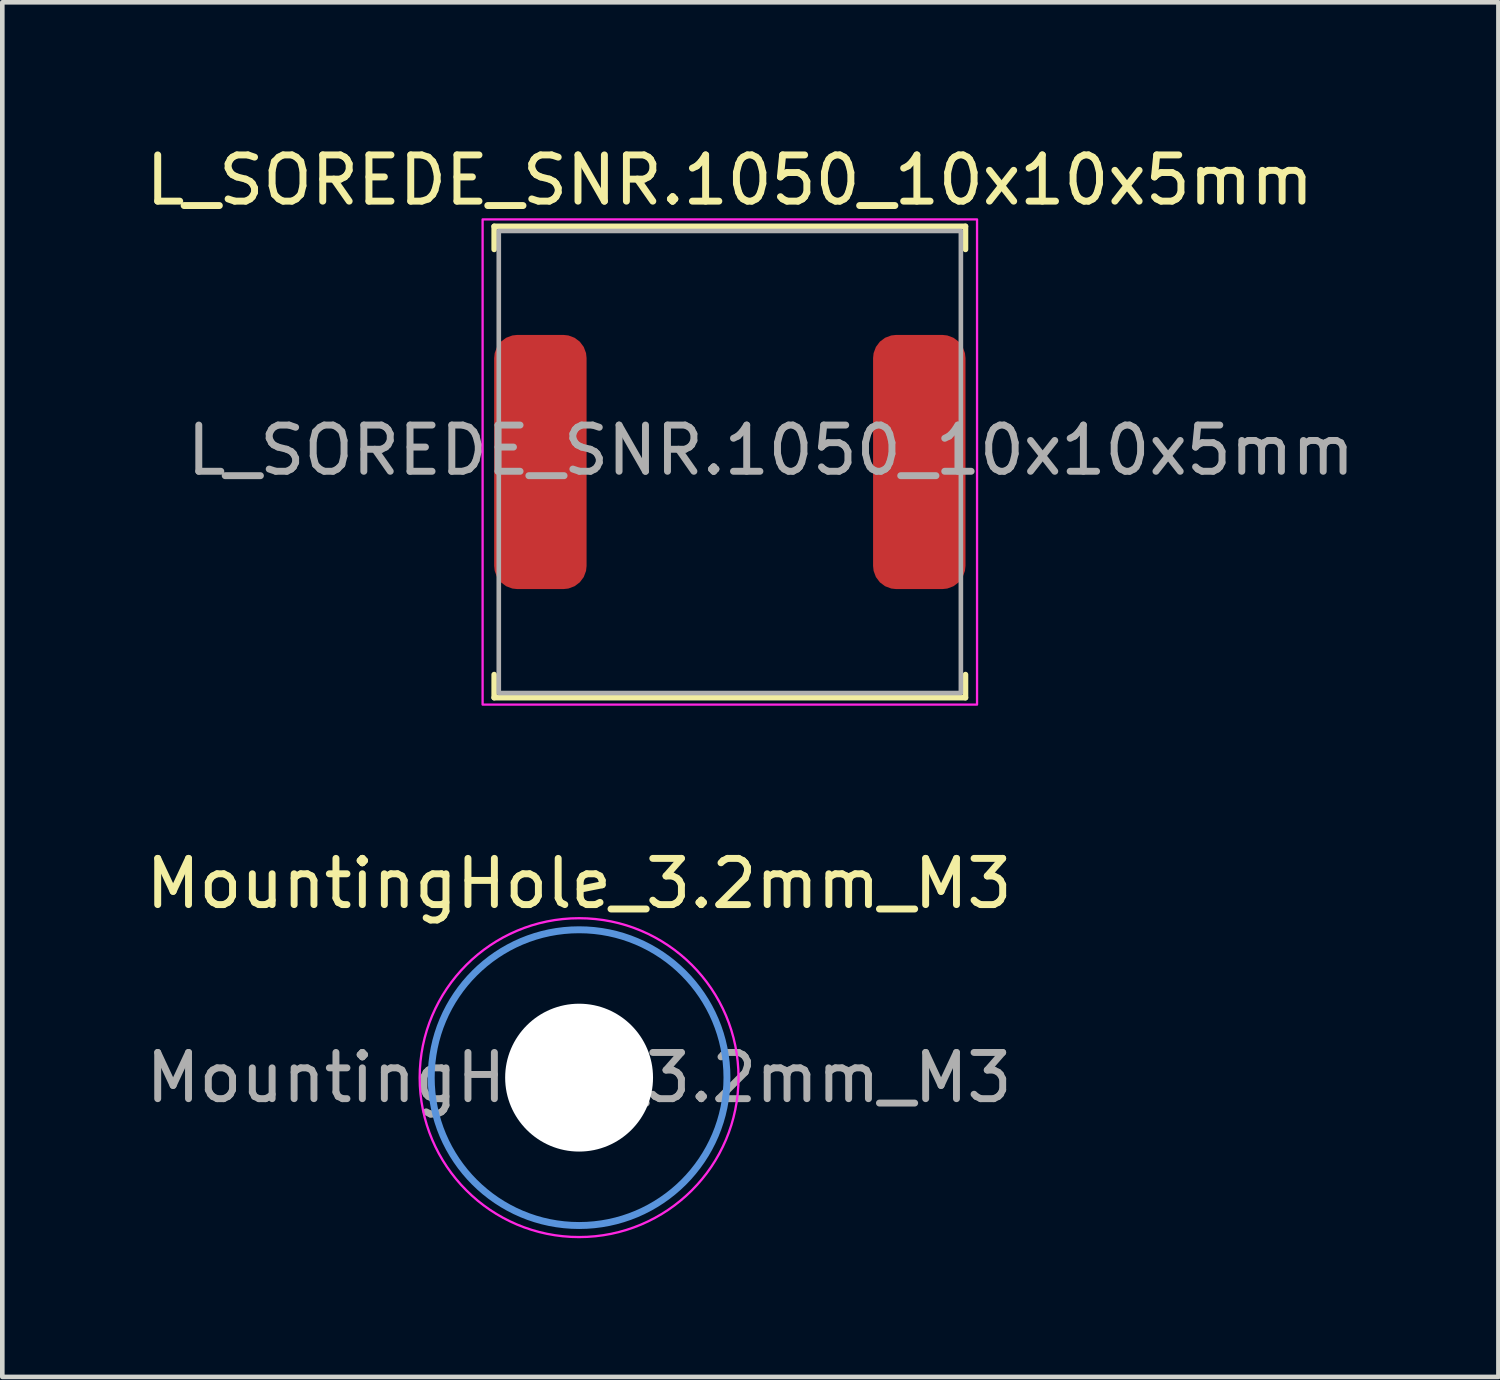
<source format=kicad_pcb>
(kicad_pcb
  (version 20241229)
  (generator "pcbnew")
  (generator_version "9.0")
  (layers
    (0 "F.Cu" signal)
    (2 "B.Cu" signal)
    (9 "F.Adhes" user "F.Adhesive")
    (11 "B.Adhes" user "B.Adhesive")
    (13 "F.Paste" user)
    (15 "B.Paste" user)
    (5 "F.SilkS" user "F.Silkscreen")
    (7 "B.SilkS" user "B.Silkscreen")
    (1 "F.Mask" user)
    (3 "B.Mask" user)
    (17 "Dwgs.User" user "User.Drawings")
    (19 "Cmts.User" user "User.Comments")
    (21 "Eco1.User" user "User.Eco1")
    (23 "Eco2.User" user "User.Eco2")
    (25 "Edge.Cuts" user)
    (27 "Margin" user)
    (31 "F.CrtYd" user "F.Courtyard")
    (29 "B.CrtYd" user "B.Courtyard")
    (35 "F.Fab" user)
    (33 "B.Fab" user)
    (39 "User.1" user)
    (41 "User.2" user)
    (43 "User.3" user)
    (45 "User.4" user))
  (footprint "L_SOREDE_SNR.1050_10x10x5mm"
    (layer "F.Cu")
    (at 12.744 6.948)
    (property "Reference" "L_SOREDE_SNR.1050_10x10x5mm" (at 0 -6.1 0) (layer "F.SilkS") (effects (font (size 1 1) (thickness 0.15))))
    (attr smd)
    (fp_line (start -5.1 -5.1) (end 5.1 -5.1) (stroke (width 0.12) (type default)) (layer "F.SilkS"))
    (fp_line (start -5.1 -4.6) (end -5.1 -5.1) (stroke (width 0.12) (type default)) (layer "F.SilkS"))
    (fp_line (start -5.1 5.1) (end -5.1 4.6) (stroke (width 0.12) (type default)) (layer "F.SilkS"))
    (fp_line (start 5.1 -5.1) (end 5.1 -4.6) (stroke (width 0.12) (type default)) (layer "F.SilkS"))
    (fp_line (start 5.1 4.6) (end 5.1 5.1) (stroke (width 0.12) (type default)) (layer "F.SilkS"))
    (fp_line (start 5.1 5.1) (end -5.1 5.1) (stroke (width 0.12) (type default)) (layer "F.SilkS"))
    (fp_rect (start -5.35 -5.25) (end 5.35 5.25) (stroke (width 0.05) (type default)) (fill no) (layer "F.CrtYd"))
    (fp_rect (start -5 -5) (end 5 5) (stroke (width 0.1) (type default)) (fill no) (layer "F.Fab"))
    (fp_text user "${REFERENCE}" (at 0.889 -0.254 0) (layer "F.Fab") (effects (font (size 1 1) (thickness 0.15))))
    (pad "1" smd roundrect (at -4.1 0) (size 2 5.5) (layers "F.Cu" "F.Mask" "F.Paste") (roundrect_rratio 0.25))
    (pad "2" smd roundrect (at 4.1 0) (size 2 5.5) (layers "F.Cu" "F.Mask" "F.Paste") (roundrect_rratio 0.25)))
  (footprint "MountingHole_3.2mm_M3"
    (layer "F.Cu")
    (at 9.482 20.271)
    (property "Reference" "MountingHole_3.2mm_M3" (at 0 -4.2 0) (layer "F.SilkS") (effects (font (size 1 1) (thickness 0.15))))
    (attr exclude_from_pos_files exclude_from_bom)
    (fp_circle (center 0 0) (end 3.2 0) (stroke (width 0.15) (type solid)) (fill no) (layer "Cmts.User"))
    (fp_circle (center 0 0) (end 3.45 0) (stroke (width 0.05) (type solid)) (fill no) (layer "F.CrtYd"))
    (fp_text user "${REFERENCE}" (at 0 0 0) (layer "F.Fab") (effects (font (size 1 1) (thickness 0.15))))
    (pad "" np_thru_hole circle (at 0 0) (size 3.2 3.2) (drill 3.2) (layers "*.Cu" "*.Mask")))
  (gr_rect
    (start -3 -3)
    (end 29.377 26.747)
    (stroke (width 0.1) (type default))
    (fill no)
    (layer "Edge.Cuts")))
</source>
